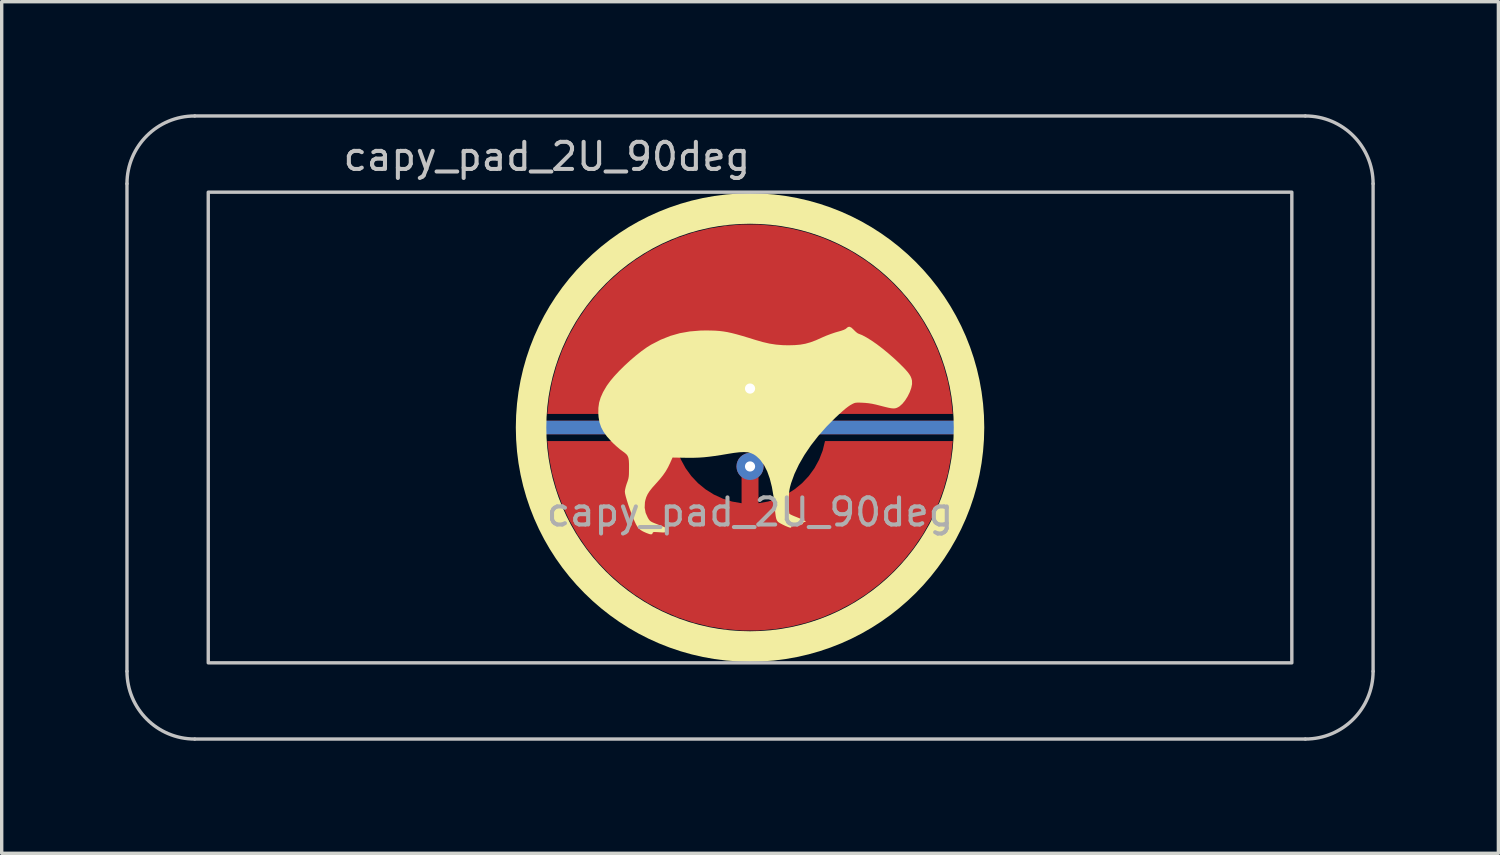
<source format=kicad_pcb>
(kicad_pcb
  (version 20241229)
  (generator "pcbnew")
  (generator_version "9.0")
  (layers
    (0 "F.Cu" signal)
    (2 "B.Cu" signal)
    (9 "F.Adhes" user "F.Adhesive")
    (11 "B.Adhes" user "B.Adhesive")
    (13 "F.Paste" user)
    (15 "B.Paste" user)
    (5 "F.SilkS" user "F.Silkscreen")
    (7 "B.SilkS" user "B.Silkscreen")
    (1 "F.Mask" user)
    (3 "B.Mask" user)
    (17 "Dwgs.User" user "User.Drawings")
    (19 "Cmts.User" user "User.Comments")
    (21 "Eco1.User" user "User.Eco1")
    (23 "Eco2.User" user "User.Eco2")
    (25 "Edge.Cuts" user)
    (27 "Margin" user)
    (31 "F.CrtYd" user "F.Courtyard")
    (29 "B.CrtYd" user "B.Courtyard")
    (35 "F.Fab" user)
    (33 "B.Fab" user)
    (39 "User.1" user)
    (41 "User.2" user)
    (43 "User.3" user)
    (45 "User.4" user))
  (footprint "capy_pad_2U_90deg"
    (layer "F.Cu")
    (at 19.1 9.575)
    (property "Reference" "capy_pad_2U_90deg" (at -6 -8 0) (layer "Dwgs.User") (effects (font (size 0.8 0.8) (thickness 0.12))))
    (attr exclude_from_pos_files exclude_from_bom)
    (fp_circle (center 0 0) (end -6.467 0) (stroke (width 0.9) (type solid)) (fill no) (layer "F.SilkS"))
    (fp_poly (pts (xy 2.994 -2.949) (xy 3.059 -2.889) (xy 3.064 -2.883) (xy 3.117 -2.831) (xy 3.167 -2.79) (xy 3.2 -2.772) (xy 3.309 -2.729) (xy 3.439 -2.66) (xy 3.587 -2.568) (xy 3.747 -2.457) (xy 3.916 -2.328) (xy 4.09 -2.185) (xy 4.264 -2.032) (xy 4.334 -1.967) (xy 4.462 -1.843) (xy 4.564 -1.74) (xy 4.642 -1.653) (xy 4.7 -1.578) (xy 4.741 -1.511) (xy 4.767 -1.447) (xy 4.783 -1.383) (xy 4.785 -1.283) (xy 4.761 -1.167) (xy 4.716 -1.042) (xy 4.654 -0.917) (xy 4.58 -0.8) (xy 4.498 -0.699) (xy 4.412 -0.623) (xy 4.37 -0.598) (xy 4.327 -0.578) (xy 4.282 -0.566) (xy 4.231 -0.563) (xy 4.167 -0.569) (xy 4.083 -0.585) (xy 3.974 -0.611) (xy 3.861 -0.64) (xy 3.72 -0.676) (xy 3.604 -0.701) (xy 3.5 -0.717) (xy 3.398 -0.727) (xy 3.334 -0.731) (xy 3.237 -0.735) (xy 3.169 -0.735) (xy 3.119 -0.731) (xy 3.079 -0.721) (xy 3.039 -0.703) (xy 3.016 -0.691) (xy 2.955 -0.657) (xy 2.891 -0.613) (xy 2.818 -0.557) (xy 2.733 -0.484) (xy 2.63 -0.391) (xy 2.528 -0.296) (xy 2.261 -0.029) (xy 2.016 0.248) (xy 1.797 0.529) (xy 1.605 0.812) (xy 1.442 1.095) (xy 1.311 1.372) (xy 1.213 1.643) (xy 1.182 1.754) (xy 1.166 1.829) (xy 1.155 1.907) (xy 1.148 1.998) (xy 1.145 2.112) (xy 1.145 2.213) (xy 1.146 2.32) (xy 1.148 2.415) (xy 1.153 2.489) (xy 1.158 2.535) (xy 1.161 2.545) (xy 1.185 2.563) (xy 1.236 2.589) (xy 1.306 2.619) (xy 1.349 2.636) (xy 1.433 2.67) (xy 1.511 2.702) (xy 1.571 2.729) (xy 1.588 2.738) (xy 1.654 2.773) (xy 1.6 2.793) (xy 1.564 2.815) (xy 1.556 2.839) (xy 1.547 2.857) (xy 1.504 2.867) (xy 1.433 2.867) (xy 1.336 2.858) (xy 1.293 2.852) (xy 1.246 2.847) (xy 1.226 2.856) (xy 1.221 2.888) (xy 1.221 2.904) (xy 1.218 2.946) (xy 1.202 2.959) (xy 1.168 2.954) (xy 1.114 2.935) (xy 1.042 2.905) (xy 0.965 2.868) (xy 0.895 2.831) (xy 0.844 2.8) (xy 0.83 2.789) (xy 0.805 2.762) (xy 0.786 2.727) (xy 0.77 2.679) (xy 0.757 2.612) (xy 0.745 2.519) (xy 0.733 2.395) (xy 0.729 2.353) (xy 0.694 2.035) (xy 0.645 1.754) (xy 0.583 1.508) (xy 0.507 1.295) (xy 0.417 1.117) (xy 0.312 0.97) (xy 0.271 0.925) (xy 0.192 0.852) (xy 0.113 0.796) (xy 0.028 0.757) (xy -0.068 0.733) (xy -0.18 0.725) (xy -0.314 0.731) (xy -0.475 0.75) (xy -0.633 0.775) (xy -0.853 0.812) (xy -1.044 0.841) (xy -1.212 0.863) (xy -1.364 0.879) (xy -1.51 0.889) (xy -1.655 0.894) (xy -1.808 0.895) (xy -1.902 0.894) (xy -2.289 0.887) (xy -2.36 1.047) (xy -2.423 1.177) (xy -2.49 1.294) (xy -2.568 1.407) (xy -2.663 1.526) (xy -2.781 1.659) (xy -2.789 1.668) (xy -2.892 1.783) (xy -2.969 1.882) (xy -3.025 1.97) (xy -3.065 2.057) (xy -3.092 2.148) (xy -3.104 2.21) (xy -3.112 2.368) (xy -3.083 2.522) (xy -3.017 2.667) (xy -3.017 2.667) (xy -2.988 2.714) (xy -2.961 2.748) (xy -2.93 2.774) (xy -2.884 2.799) (xy -2.818 2.827) (xy -2.743 2.856) (xy -2.656 2.89) (xy -2.578 2.921) (xy -2.52 2.946) (xy -2.492 2.96) (xy -2.457 2.987) (xy -2.451 3.01) (xy -2.474 3.021) (xy -2.477 3.021) (xy -2.501 3.038) (xy -2.506 3.064) (xy -2.508 3.083) (xy -2.518 3.095) (xy -2.543 3.1) (xy -2.592 3.099) (xy -2.67 3.094) (xy -2.686 3.093) (xy -2.771 3.088) (xy -2.824 3.086) (xy -2.855 3.091) (xy -2.87 3.101) (xy -2.877 3.12) (xy -2.892 3.148) (xy -2.924 3.156) (xy -2.977 3.146) (xy -3.057 3.116) (xy -3.068 3.112) (xy -3.162 3.069) (xy -3.229 3.029) (xy -3.281 2.984) (xy -3.328 2.926) (xy -3.332 2.92) (xy -3.367 2.861) (xy -3.409 2.772) (xy -3.455 2.663) (xy -3.504 2.538) (xy -3.552 2.407) (xy -3.598 2.276) (xy -3.637 2.151) (xy -3.669 2.041) (xy -3.69 1.953) (xy -3.697 1.893) (xy -3.697 1.892) (xy -3.69 1.835) (xy -3.672 1.756) (xy -3.646 1.67) (xy -3.636 1.643) (xy -3.611 1.572) (xy -3.594 1.514) (xy -3.583 1.457) (xy -3.577 1.391) (xy -3.575 1.305) (xy -3.574 1.211) (xy -3.574 1.078) (xy -3.579 0.977) (xy -3.591 0.901) (xy -3.613 0.843) (xy -3.647 0.795) (xy -3.697 0.75) (xy -3.765 0.7) (xy -3.771 0.696) (xy -3.846 0.64) (xy -3.934 0.565) (xy -4.024 0.483) (xy -4.091 0.416) (xy -4.224 0.268) (xy -4.325 0.129) (xy -4.397 -0.008) (xy -4.446 -0.151) (xy -4.473 -0.306) (xy -4.481 -0.412) (xy -4.479 -0.579) (xy -4.457 -0.734) (xy -4.412 -0.885) (xy -4.342 -1.042) (xy -4.244 -1.211) (xy -4.221 -1.246) (xy -4.127 -1.375) (xy -4.006 -1.519) (xy -3.864 -1.671) (xy -3.706 -1.827) (xy -3.54 -1.98) (xy -3.37 -2.125) (xy -3.204 -2.256) (xy -3.046 -2.369) (xy -2.92 -2.447) (xy -2.638 -2.592) (xy -2.359 -2.704) (xy -2.075 -2.785) (xy -1.78 -2.837) (xy -1.465 -2.863) (xy -1.296 -2.866) (xy -1.154 -2.864) (xy -1.026 -2.86) (xy -0.906 -2.851) (xy -0.789 -2.837) (xy -0.669 -2.817) (xy -0.54 -2.789) (xy -0.396 -2.752) (xy -0.233 -2.706) (xy -0.043 -2.649) (xy 0.146 -2.59) (xy 0.37 -2.525) (xy 0.573 -2.478) (xy 0.767 -2.448) (xy 0.963 -2.432) (xy 1.13 -2.428) (xy 1.318 -2.433) (xy 1.483 -2.447) (xy 1.635 -2.474) (xy 1.784 -2.516) (xy 1.943 -2.575) (xy 2.121 -2.655) (xy 2.136 -2.662) (xy 2.25 -2.711) (xy 2.382 -2.761) (xy 2.511 -2.805) (xy 2.577 -2.824) (xy 2.689 -2.856) (xy 2.769 -2.884) (xy 2.822 -2.91) (xy 2.848 -2.932) (xy 2.894 -2.969) (xy 2.941 -2.975)) (stroke (width 0) (type solid)) (fill yes) (layer "F.SilkS"))
    (fp_line (start -18.4 7.2) (end -18.4 -7.2) (stroke (width 0.1) (type default)) (layer "Dwgs.User"))
    (fp_line (start -16.4 -9.2) (end 16.4 -9.2) (stroke (width 0.1) (type default)) (layer "Dwgs.User"))
    (fp_line (start 16.4 9.2) (end -16.4 9.2) (stroke (width 0.1) (type default)) (layer "Dwgs.User"))
    (fp_line (start 18.4 -7.2) (end 18.4 7.2) (stroke (width 0.1) (type default)) (layer "Dwgs.User"))
    (fp_rect (start -16 -6.95) (end 16 6.95) (stroke (width 0.1) (type default)) (fill no) (layer "Dwgs.User"))
    (fp_arc (start -18.4 -7.2) (mid -17.814214 -8.614214) (end -16.4 -9.2) (stroke (width 0.1) (type default)) (layer "Dwgs.User"))
    (fp_arc (start -16.4 9.2) (mid -17.814214 8.614214) (end -18.4 7.2) (stroke (width 0.1) (type default)) (layer "Dwgs.User"))
    (fp_arc (start 16.4 -9.2) (mid 17.814214 -8.614214) (end 18.4 -7.2) (stroke (width 0.1) (type default)) (layer "Dwgs.User"))
    (fp_arc (start 18.4 7.2) (mid 17.814214 8.614214) (end 16.4 9.2) (stroke (width 0.1) (type default)) (layer "Dwgs.User"))
    (fp_rect (start -19.05 -9.525) (end 19.05 9.525) (stroke (width 0.1) (type default)) (fill no) (layer "Eco2.User"))
    (fp_text user "${REFERENCE}" (at 0 2.5 180) (layer "F.Fab") (effects (font (size 0.8 0.8) (thickness 0.12))))
    (pad "1" thru_hole circle (at 0 -1.15) (size 0.8 0.8) (drill 0.3) (layers "*.Cu"))
    (pad "1" smd custom (at 0 -1 270) (size 0.4 0.4) (layers "F.Cu") (options (anchor circle)) (primitives (gr_poly (pts (xy 0.6 -2.214) (xy 0.32 -2.145) (xy 0.052 -2.041) (xy -0.201 -1.903) (xy -0.434 -1.734) (xy -0.644 -1.536) (xy -0.826 -1.314) (xy -0.979 -1.07) (xy -1.1 -0.808) (xy -1.186 -0.534) (xy -1.236 -0.25) (xy 0 -0.25) (xy 0.096 -0.231) (xy 0.177 -0.177) (xy 0.231 -0.096) (xy 0.25 0) (xy 0.231 0.096) (xy 0.177 0.177) (xy 0.096 0.231) (xy 0 0.25) (xy -1.236 0.25) (xy -1.186 0.534) (xy -1.1 0.808) (xy -0.979 1.07) (xy -0.826 1.314) (xy -0.644 1.536) (xy -0.434 1.734) (xy -0.201 1.903) (xy 0.052 2.041) (xy 0.32 2.145) (xy 0.6 2.214) (xy 0.6 5.987) (xy 0.115 5.934) (xy -0.364 5.843) (xy -0.834 5.713) (xy -1.292 5.545) (xy -1.735 5.341) (xy -2.159 5.101) (xy -2.563 4.827) (xy -2.943 4.522) (xy -3.298 4.187) (xy -3.623 3.824) (xy -3.919 3.436) (xy -4.182 3.025) (xy -4.41 2.594) (xy -4.603 2.147) (xy -4.759 1.684) (xy -4.876 1.211) (xy -4.955 0.73) (xy -4.995 0.244) (xy -4.995 -0.244) (xy -4.955 -0.73) (xy -4.876 -1.211) (xy -4.759 -1.684) (xy -4.603 -2.147) (xy -4.41 -2.594) (xy -4.182 -3.025) (xy -3.919 -3.436) (xy -3.623 -3.824) (xy -3.298 -4.187) (xy -2.943 -4.522) (xy -2.563 -4.827) (xy -2.159 -5.101) (xy -1.735 -5.341) (xy -1.292 -5.545) (xy -0.834 -5.713) (xy -0.364 -5.843) (xy 0.115 -5.934) (xy 0.6 -5.987)) (width 0) (fill yes))))
    (pad "2" smd custom (at 0 1 90) (size 0.4 0.4) (layers "F.Cu") (options (anchor circle)) (primitives (gr_poly (pts (xy 0.6 -2.214) (xy 0.32 -2.145) (xy 0.052 -2.041) (xy -0.201 -1.903) (xy -0.434 -1.734) (xy -0.644 -1.536) (xy -0.826 -1.314) (xy -0.979 -1.07) (xy -1.1 -0.808) (xy -1.186 -0.534) (xy -1.236 -0.25) (xy 0 -0.25) (xy 0.096 -0.231) (xy 0.177 -0.177) (xy 0.231 -0.096) (xy 0.25 0) (xy 0.231 0.096) (xy 0.177 0.177) (xy 0.096 0.231) (xy 0 0.25) (xy -1.236 0.25) (xy -1.186 0.534) (xy -1.1 0.808) (xy -0.979 1.07) (xy -0.826 1.314) (xy -0.644 1.536) (xy -0.434 1.734) (xy -0.201 1.903) (xy 0.052 2.041) (xy 0.32 2.145) (xy 0.6 2.214) (xy 0.6 5.987) (xy 0.115 5.934) (xy -0.364 5.843) (xy -0.834 5.713) (xy -1.292 5.545) (xy -1.735 5.341) (xy -2.159 5.101) (xy -2.563 4.827) (xy -2.943 4.522) (xy -3.298 4.187) (xy -3.623 3.824) (xy -3.919 3.436) (xy -4.182 3.025) (xy -4.41 2.594) (xy -4.603 2.147) (xy -4.759 1.684) (xy -4.876 1.211) (xy -4.955 0.73) (xy -4.995 0.244) (xy -4.995 -0.244) (xy -4.955 -0.73) (xy -4.876 -1.211) (xy -4.759 -1.684) (xy -4.603 -2.147) (xy -4.41 -2.594) (xy -4.182 -3.025) (xy -3.919 -3.436) (xy -3.623 -3.824) (xy -3.298 -4.187) (xy -2.943 -4.522) (xy -2.563 -4.827) (xy -2.159 -5.101) (xy -1.735 -5.341) (xy -1.292 -5.545) (xy -0.834 -5.713) (xy -0.364 -5.843) (xy 0.115 -5.934) (xy 0.6 -5.987)) (width 0) (fill yes))))
    (pad "2" thru_hole circle (at 0 1.15) (size 0.8 0.8) (drill 0.3) (layers "*.Cu"))
    (pad "3" smd roundrect (at 0 0 270) (size 0.4 12.5) (layers "B.Cu") (roundrect_rratio 0.5))
    (pad "3" smd roundrect (at 0 0 270) (size 0.4 12.75) (layers "F.Cu") (roundrect_rratio 0.5))
    (zone (net_name "") (layer "F.Cu") (hatch edge 0.508) (connect_pads) (min_thickness 0.254) (filled_areas_thickness no) (keepout (tracks allowed) (vias allowed) (pads allowed) (copperpour not_allowed) (footprints allowed)) (placement (enabled no)) (fill) (polygon (pts (xy 12.85 9.575) (xy 12.874 9.03) (xy 12.945 8.49) (xy 13.063 7.957) (xy 13.227 7.437) (xy 13.436 6.934) (xy 13.687 6.45) (xy 13.98 5.99) (xy 14.312 5.558) (xy 14.681 5.156) (xy 15.083 4.787) (xy 15.515 4.455) (xy 15.975 4.162) (xy 16.459 3.911) (xy 16.962 3.702) (xy 17.482 3.538) (xy 18.015 3.42) (xy 18.555 3.349) (xy 19.1 3.325) (xy 19.645 3.349) (xy 20.185 3.42) (xy 20.718 3.538) (xy 21.238 3.702) (xy 21.741 3.911) (xy 22.225 4.162) (xy 22.685 4.455) (xy 23.117 4.787) (xy 23.519 5.156) (xy 23.888 5.558) (xy 24.22 5.99) (xy 24.513 6.45) (xy 24.764 6.934) (xy 24.973 7.437) (xy 25.137 7.957) (xy 25.255 8.49) (xy 25.326 9.03) (xy 25.35 9.575) (xy 25.326 10.12) (xy 25.255 10.66) (xy 25.137 11.193) (xy 24.973 11.713) (xy 24.764 12.216) (xy 24.513 12.7) (xy 24.22 13.16) (xy 23.888 13.592) (xy 23.519 13.994) (xy 23.117 14.363) (xy 22.685 14.695) (xy 22.225 14.988) (xy 21.741 15.239) (xy 21.238 15.448) (xy 20.718 15.612) (xy 20.185 15.73) (xy 19.645 15.801) (xy 19.1 15.825) (xy 18.555 15.801) (xy 18.015 15.73) (xy 17.482 15.612) (xy 16.962 15.448) (xy 16.459 15.239) (xy 15.975 14.988) (xy 15.515 14.695) (xy 15.083 14.363) (xy 14.681 13.994) (xy 14.312 13.592) (xy 13.98 13.16) (xy 13.687 12.7) (xy 13.436 12.216) (xy 13.227 11.713) (xy 13.063 11.193) (xy 12.945 10.66) (xy 12.874 10.12))))
    (zone (net_name "") (layer "B.Cu") (hatch edge 0.1) (connect_pads) (min_thickness 0.254) (filled_areas_thickness no) (keepout (tracks allowed) (vias allowed) (pads allowed) (copperpour not_allowed) (footprints allowed)) (placement (enabled no)) (fill) (polygon (pts (xy 13.1 9.575) (xy 13.123 9.052) (xy 13.191 8.533) (xy 13.304 8.022) (xy 13.462 7.523) (xy 13.662 7.039) (xy 13.904 6.575) (xy 14.185 6.134) (xy 14.504 5.718) (xy 14.857 5.332) (xy 15.243 4.979) (xy 15.659 4.66) (xy 16.1 4.379) (xy 16.564 4.137) (xy 17.048 3.937) (xy 17.547 3.779) (xy 18.058 3.666) (xy 18.577 3.598) (xy 19.1 3.575) (xy 19.623 3.598) (xy 20.142 3.666) (xy 20.653 3.779) (xy 21.152 3.937) (xy 21.636 4.137) (xy 22.1 4.379) (xy 22.541 4.66) (xy 22.957 4.979) (xy 23.343 5.332) (xy 23.696 5.718) (xy 24.015 6.134) (xy 24.296 6.575) (xy 24.538 7.039) (xy 24.738 7.523) (xy 24.896 8.022) (xy 25.009 8.533) (xy 25.077 9.052) (xy 25.1 9.575) (xy 25.077 10.098) (xy 25.009 10.617) (xy 24.896 11.128) (xy 24.738 11.627) (xy 24.538 12.111) (xy 24.296 12.575) (xy 24.015 13.016) (xy 23.696 13.432) (xy 23.343 13.818) (xy 22.957 14.171) (xy 22.541 14.49) (xy 22.1 14.771) (xy 21.636 15.013) (xy 21.152 15.213) (xy 20.653 15.371) (xy 20.142 15.484) (xy 19.623 15.552) (xy 19.1 15.575) (xy 18.577 15.552) (xy 18.058 15.484) (xy 17.547 15.371) (xy 17.048 15.213) (xy 16.564 15.013) (xy 16.1 14.771) (xy 15.659 14.49) (xy 15.243 14.171) (xy 14.857 13.818) (xy 14.504 13.432) (xy 14.185 13.016) (xy 13.904 12.575) (xy 13.662 12.111) (xy 13.462 11.627) (xy 13.304 11.128) (xy 13.191 10.617) (xy 13.123 10.098)))))
  (gr_rect
    (start -3 -3)
    (end 41.2 22.15)
    (stroke (width 0.1) (type default))
    (fill no)
    (layer "Edge.Cuts")))
</source>
